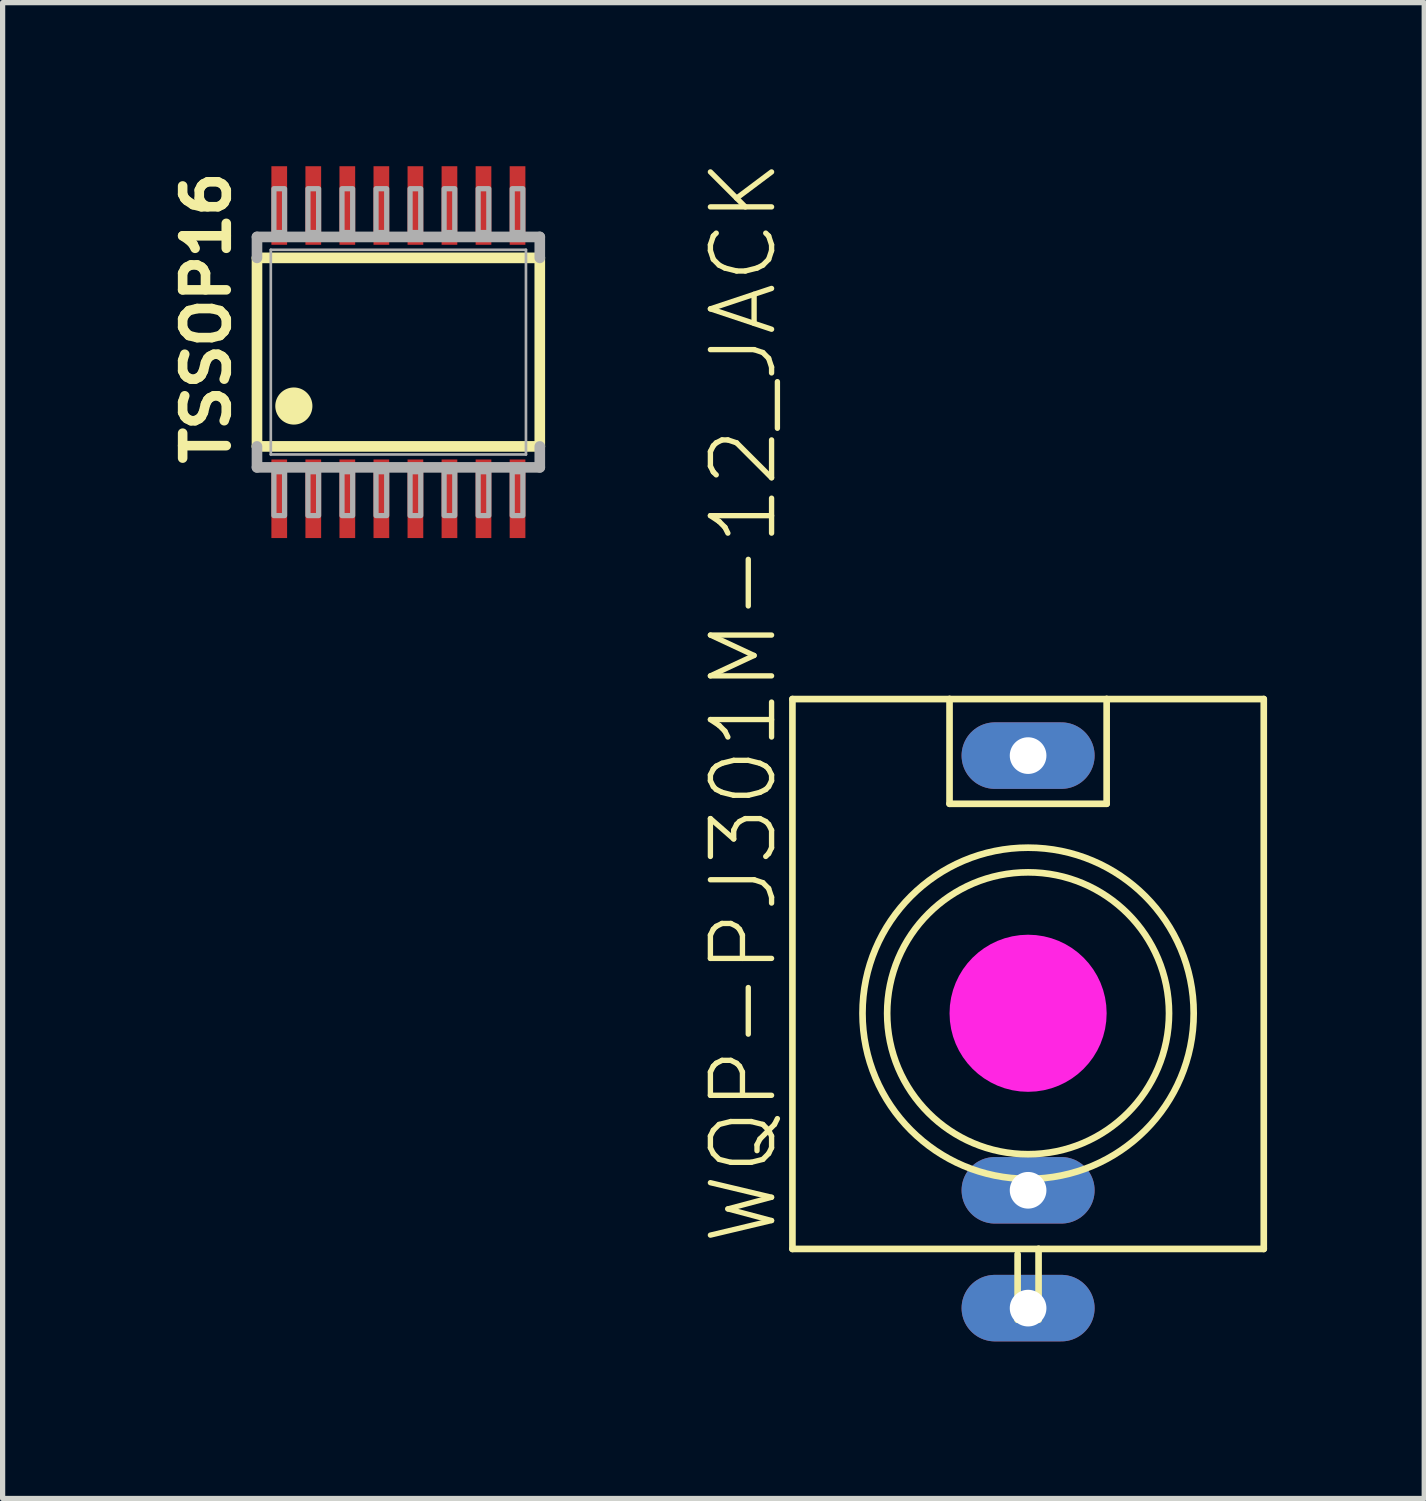
<source format=kicad_pcb>
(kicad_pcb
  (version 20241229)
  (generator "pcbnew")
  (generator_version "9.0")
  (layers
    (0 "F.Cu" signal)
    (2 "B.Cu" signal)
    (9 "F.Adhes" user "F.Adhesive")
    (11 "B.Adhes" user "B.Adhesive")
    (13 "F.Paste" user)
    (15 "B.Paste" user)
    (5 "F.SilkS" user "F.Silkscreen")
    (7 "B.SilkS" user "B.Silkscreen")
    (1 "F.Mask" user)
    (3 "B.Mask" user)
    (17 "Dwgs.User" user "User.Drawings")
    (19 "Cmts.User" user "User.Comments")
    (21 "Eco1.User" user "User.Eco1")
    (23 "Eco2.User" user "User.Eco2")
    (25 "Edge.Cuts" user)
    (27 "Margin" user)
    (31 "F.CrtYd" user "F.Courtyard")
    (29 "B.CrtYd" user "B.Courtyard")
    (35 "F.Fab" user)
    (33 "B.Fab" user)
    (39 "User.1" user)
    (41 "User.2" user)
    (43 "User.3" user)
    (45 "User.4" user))
  (footprint "TSSOP16"
    (layer "F.Cu")
    (at 4.557 3.674)
    (property "Reference" "TSSOP16" (at -3.175 2.223 90) (unlocked yes) (layer "F.SilkS") (effects (font (size 0.833 0.833) (thickness 0.183)) (justify left bottom)))
    (fp_line (start -2.7 1.8) (end -2.7 -1.8) (stroke (width 0.203) (type solid)) (layer "F.SilkS"))
    (fp_line (start 2.7 -1.8) (end -2.7 -1.8) (stroke (width 0.203) (type solid)) (layer "F.SilkS"))
    (fp_line (start 2.7 -1.8) (end 2.7 1.8) (stroke (width 0.203) (type solid)) (layer "F.SilkS"))
    (fp_line (start 2.7 1.8) (end -2.7 1.8) (stroke (width 0.203) (type solid)) (layer "F.SilkS"))
    (fp_circle (center -1.996 1.029) (end -1.819 1.029) (stroke (width 0.355) (type solid)) (fill yes) (layer "F.SilkS"))
    (fp_line (start -2.7 -1.8) (end -2.7 -2.2) (stroke (width 0.203) (type solid)) (layer "F.Fab"))
    (fp_line (start -2.7 2.2) (end -2.7 1.8) (stroke (width 0.203) (type solid)) (layer "F.Fab"))
    (fp_line (start -2.7 2.2) (end 2.7 2.2) (stroke (width 0.203) (type solid)) (layer "F.Fab"))
    (fp_line (start -2.436 1.954) (end -2.436 -1.954) (stroke (width 0.051) (type solid)) (layer "F.Fab"))
    (fp_line (start -2.436 1.954) (end 2.436 1.954) (stroke (width 0.051) (type solid)) (layer "F.Fab"))
    (fp_line (start 2.436 -1.954) (end -2.436 -1.954) (stroke (width 0.051) (type solid)) (layer "F.Fab"))
    (fp_line (start 2.436 -1.954) (end 2.436 1.954) (stroke (width 0.051) (type solid)) (layer "F.Fab"))
    (fp_line (start 2.7 -2.2) (end -2.7 -2.2) (stroke (width 0.203) (type solid)) (layer "F.Fab"))
    (fp_line (start 2.7 -2.2) (end 2.7 -1.8) (stroke (width 0.203) (type solid)) (layer "F.Fab"))
    (fp_line (start 2.7 1.8) (end 2.7 2.2) (stroke (width 0.203) (type solid)) (layer "F.Fab"))
    (fp_poly (pts (xy -2.377 -2.283) (xy -2.173 -2.283) (xy -2.173 -3.121) (xy -2.377 -3.121)) (stroke (width 0.1) (type default)) (fill no) (layer "F.Fab"))
    (fp_poly (pts (xy -2.377 3.121) (xy -2.173 3.121) (xy -2.173 2.283) (xy -2.377 2.283)) (stroke (width 0.1) (type default)) (fill no) (layer "F.Fab"))
    (fp_poly (pts (xy -1.727 -2.283) (xy -1.523 -2.283) (xy -1.523 -3.121) (xy -1.727 -3.121)) (stroke (width 0.1) (type default)) (fill no) (layer "F.Fab"))
    (fp_poly (pts (xy -1.727 3.121) (xy -1.523 3.121) (xy -1.523 2.283) (xy -1.727 2.283)) (stroke (width 0.1) (type default)) (fill no) (layer "F.Fab"))
    (fp_poly (pts (xy -1.077 -2.283) (xy -0.873 -2.283) (xy -0.873 -3.121) (xy -1.077 -3.121)) (stroke (width 0.1) (type default)) (fill no) (layer "F.Fab"))
    (fp_poly (pts (xy -1.077 3.121) (xy -0.873 3.121) (xy -0.873 2.283) (xy -1.077 2.283)) (stroke (width 0.1) (type default)) (fill no) (layer "F.Fab"))
    (fp_poly (pts (xy -0.427 -2.283) (xy -0.223 -2.283) (xy -0.223 -3.121) (xy -0.427 -3.121)) (stroke (width 0.1) (type default)) (fill no) (layer "F.Fab"))
    (fp_poly (pts (xy -0.427 3.121) (xy -0.223 3.121) (xy -0.223 2.283) (xy -0.427 2.283)) (stroke (width 0.1) (type default)) (fill no) (layer "F.Fab"))
    (fp_poly (pts (xy 0.223 -2.283) (xy 0.427 -2.283) (xy 0.427 -3.121) (xy 0.223 -3.121)) (stroke (width 0.1) (type default)) (fill no) (layer "F.Fab"))
    (fp_poly (pts (xy 0.223 3.121) (xy 0.427 3.121) (xy 0.427 2.283) (xy 0.223 2.283)) (stroke (width 0.1) (type default)) (fill no) (layer "F.Fab"))
    (fp_poly (pts (xy 0.873 -2.283) (xy 1.077 -2.283) (xy 1.077 -3.121) (xy 0.873 -3.121)) (stroke (width 0.1) (type default)) (fill no) (layer "F.Fab"))
    (fp_poly (pts (xy 0.873 3.121) (xy 1.077 3.121) (xy 1.077 2.283) (xy 0.873 2.283)) (stroke (width 0.1) (type default)) (fill no) (layer "F.Fab"))
    (fp_poly (pts (xy 1.523 -2.283) (xy 1.727 -2.283) (xy 1.727 -3.121) (xy 1.523 -3.121)) (stroke (width 0.1) (type default)) (fill no) (layer "F.Fab"))
    (fp_poly (pts (xy 1.523 3.121) (xy 1.727 3.121) (xy 1.727 2.283) (xy 1.523 2.283)) (stroke (width 0.1) (type default)) (fill no) (layer "F.Fab"))
    (fp_poly (pts (xy 2.173 -2.283) (xy 2.377 -2.283) (xy 2.377 -3.121) (xy 2.173 -3.121)) (stroke (width 0.1) (type default)) (fill no) (layer "F.Fab"))
    (fp_poly (pts (xy 2.173 3.121) (xy 2.377 3.121) (xy 2.377 2.283) (xy 2.173 2.283)) (stroke (width 0.1) (type default)) (fill no) (layer "F.Fab"))
    (pad "1" smd rect (at -2.275 2.8) (size 0.3 1.5) (layers "F.Cu" "F.Mask" "F.Paste"))
    (pad "2" smd rect (at -1.625 2.8) (size 0.3 1.5) (layers "F.Cu" "F.Mask" "F.Paste"))
    (pad "3" smd rect (at -0.975 2.8) (size 0.3 1.5) (layers "F.Cu" "F.Mask" "F.Paste"))
    (pad "4" smd rect (at -0.325 2.8) (size 0.3 1.5) (layers "F.Cu" "F.Mask" "F.Paste"))
    (pad "5" smd rect (at 0.325 2.8) (size 0.3 1.5) (layers "F.Cu" "F.Mask" "F.Paste"))
    (pad "6" smd rect (at 0.975 2.8) (size 0.3 1.5) (layers "F.Cu" "F.Mask" "F.Paste"))
    (pad "7" smd rect (at 1.625 2.8) (size 0.3 1.5) (layers "F.Cu" "F.Mask" "F.Paste"))
    (pad "8" smd rect (at 2.275 2.8) (size 0.3 1.5) (layers "F.Cu" "F.Mask" "F.Paste"))
    (pad "9" smd rect (at 2.275 -2.8) (size 0.3 1.5) (layers "F.Cu" "F.Mask" "F.Paste"))
    (pad "10" smd rect (at 1.625 -2.8) (size 0.3 1.5) (layers "F.Cu" "F.Mask" "F.Paste"))
    (pad "11" smd rect (at 0.975 -2.8) (size 0.3 1.5) (layers "F.Cu" "F.Mask" "F.Paste"))
    (pad "12" smd rect (at 0.325 -2.8) (size 0.3 1.5) (layers "F.Cu" "F.Mask" "F.Paste"))
    (pad "13" smd rect (at -0.325 -2.8) (size 0.3 1.5) (layers "F.Cu" "F.Mask" "F.Paste"))
    (pad "14" smd rect (at -0.975 -2.8) (size 0.3 1.5) (layers "F.Cu" "F.Mask" "F.Paste"))
    (pad "15" smd rect (at -1.625 -2.8) (size 0.3 1.5) (layers "F.Cu" "F.Mask" "F.Paste"))
    (pad "16" smd rect (at -2.275 -2.8) (size 0.3 1.5) (layers "F.Cu" "F.Mask" "F.Paste")))
  (footprint "WQP-PJ301M-12_JACK"
    (layer "F.Cu")
    (at 16.581 16.298)
    (property "Reference" "WQP-PJ301M-12_JACK" (at -4.75 4.47 90) (unlocked yes) (layer "F.SilkS") (effects (font (size 1.168 1.168) (thickness 0.102)) (justify left bottom)))
    (fp_circle (center 0 0) (end 0.75 0) (stroke (width 1.5) (type solid)) (fill yes) (layer "F.Mask"))
    (fp_line (start -4.5 -6) (end -4.5 4.5) (stroke (width 0.127) (type solid)) (layer "F.SilkS"))
    (fp_line (start -4.5 -6) (end -1.5 -6) (stroke (width 0.127) (type solid)) (layer "F.SilkS"))
    (fp_line (start -4.5 4.5) (end 0.2 4.5) (stroke (width 0.127) (type solid)) (layer "F.SilkS"))
    (fp_line (start -1.5 -6) (end -1.5 -4) (stroke (width 0.127) (type solid)) (layer "F.SilkS"))
    (fp_line (start -1.5 -6) (end 1.5 -6) (stroke (width 0.127) (type solid)) (layer "F.SilkS"))
    (fp_line (start -1.5 -4) (end 1.5 -4) (stroke (width 0.127) (type solid)) (layer "F.SilkS"))
    (fp_line (start -0.2 4.6) (end -0.2 5.85) (stroke (width 0.127) (type solid)) (layer "F.SilkS"))
    (fp_line (start -0.2 5.85) (end 0.2 5.85) (stroke (width 0.127) (type solid)) (layer "F.SilkS"))
    (fp_line (start 0.2 4.5) (end 4.5 4.5) (stroke (width 0.127) (type solid)) (layer "F.SilkS"))
    (fp_line (start 0.2 5.85) (end 0.2 4.5) (stroke (width 0.127) (type solid)) (layer "F.SilkS"))
    (fp_line (start 1.5 -6) (end 4.5 -6) (stroke (width 0.127) (type solid)) (layer "F.SilkS"))
    (fp_line (start 1.5 -4) (end 1.5 -6) (stroke (width 0.127) (type solid)) (layer "F.SilkS"))
    (fp_line (start 4.5 4.5) (end 4.5 -6) (stroke (width 0.127) (type solid)) (layer "F.SilkS"))
    (fp_circle (center 0 0) (end 2.691 0) (stroke (width 0.127) (type solid)) (fill no) (layer "F.SilkS"))
    (fp_circle (center 0 0) (end 3.162 0) (stroke (width 0.127) (type solid)) (fill no) (layer "F.SilkS"))
    (fp_circle (center 0 0) (end 0.75 0) (stroke (width 1.5) (type solid)) (fill no) (layer "F.CrtYd"))
    (pad "SLEEVE" thru_hole oval (at 0 5.63) (size 2.54 1.27) (drill 0.7) (layers "*.Cu" "*.Mask"))
    (pad "TIP" thru_hole oval (at 0 -4.92) (size 2.54 1.27) (drill 0.7) (layers "*.Cu" "*.Mask"))
    (pad "TS" thru_hole oval (at 0 3.38) (size 2.54 1.27) (drill 0.7) (layers "*.Cu" "*.Mask")))
  (gr_rect
    (start -3 -3)
    (end 24.145 25.563)
    (stroke (width 0.1) (type default))
    (fill no)
    (layer "Edge.Cuts")))
</source>
